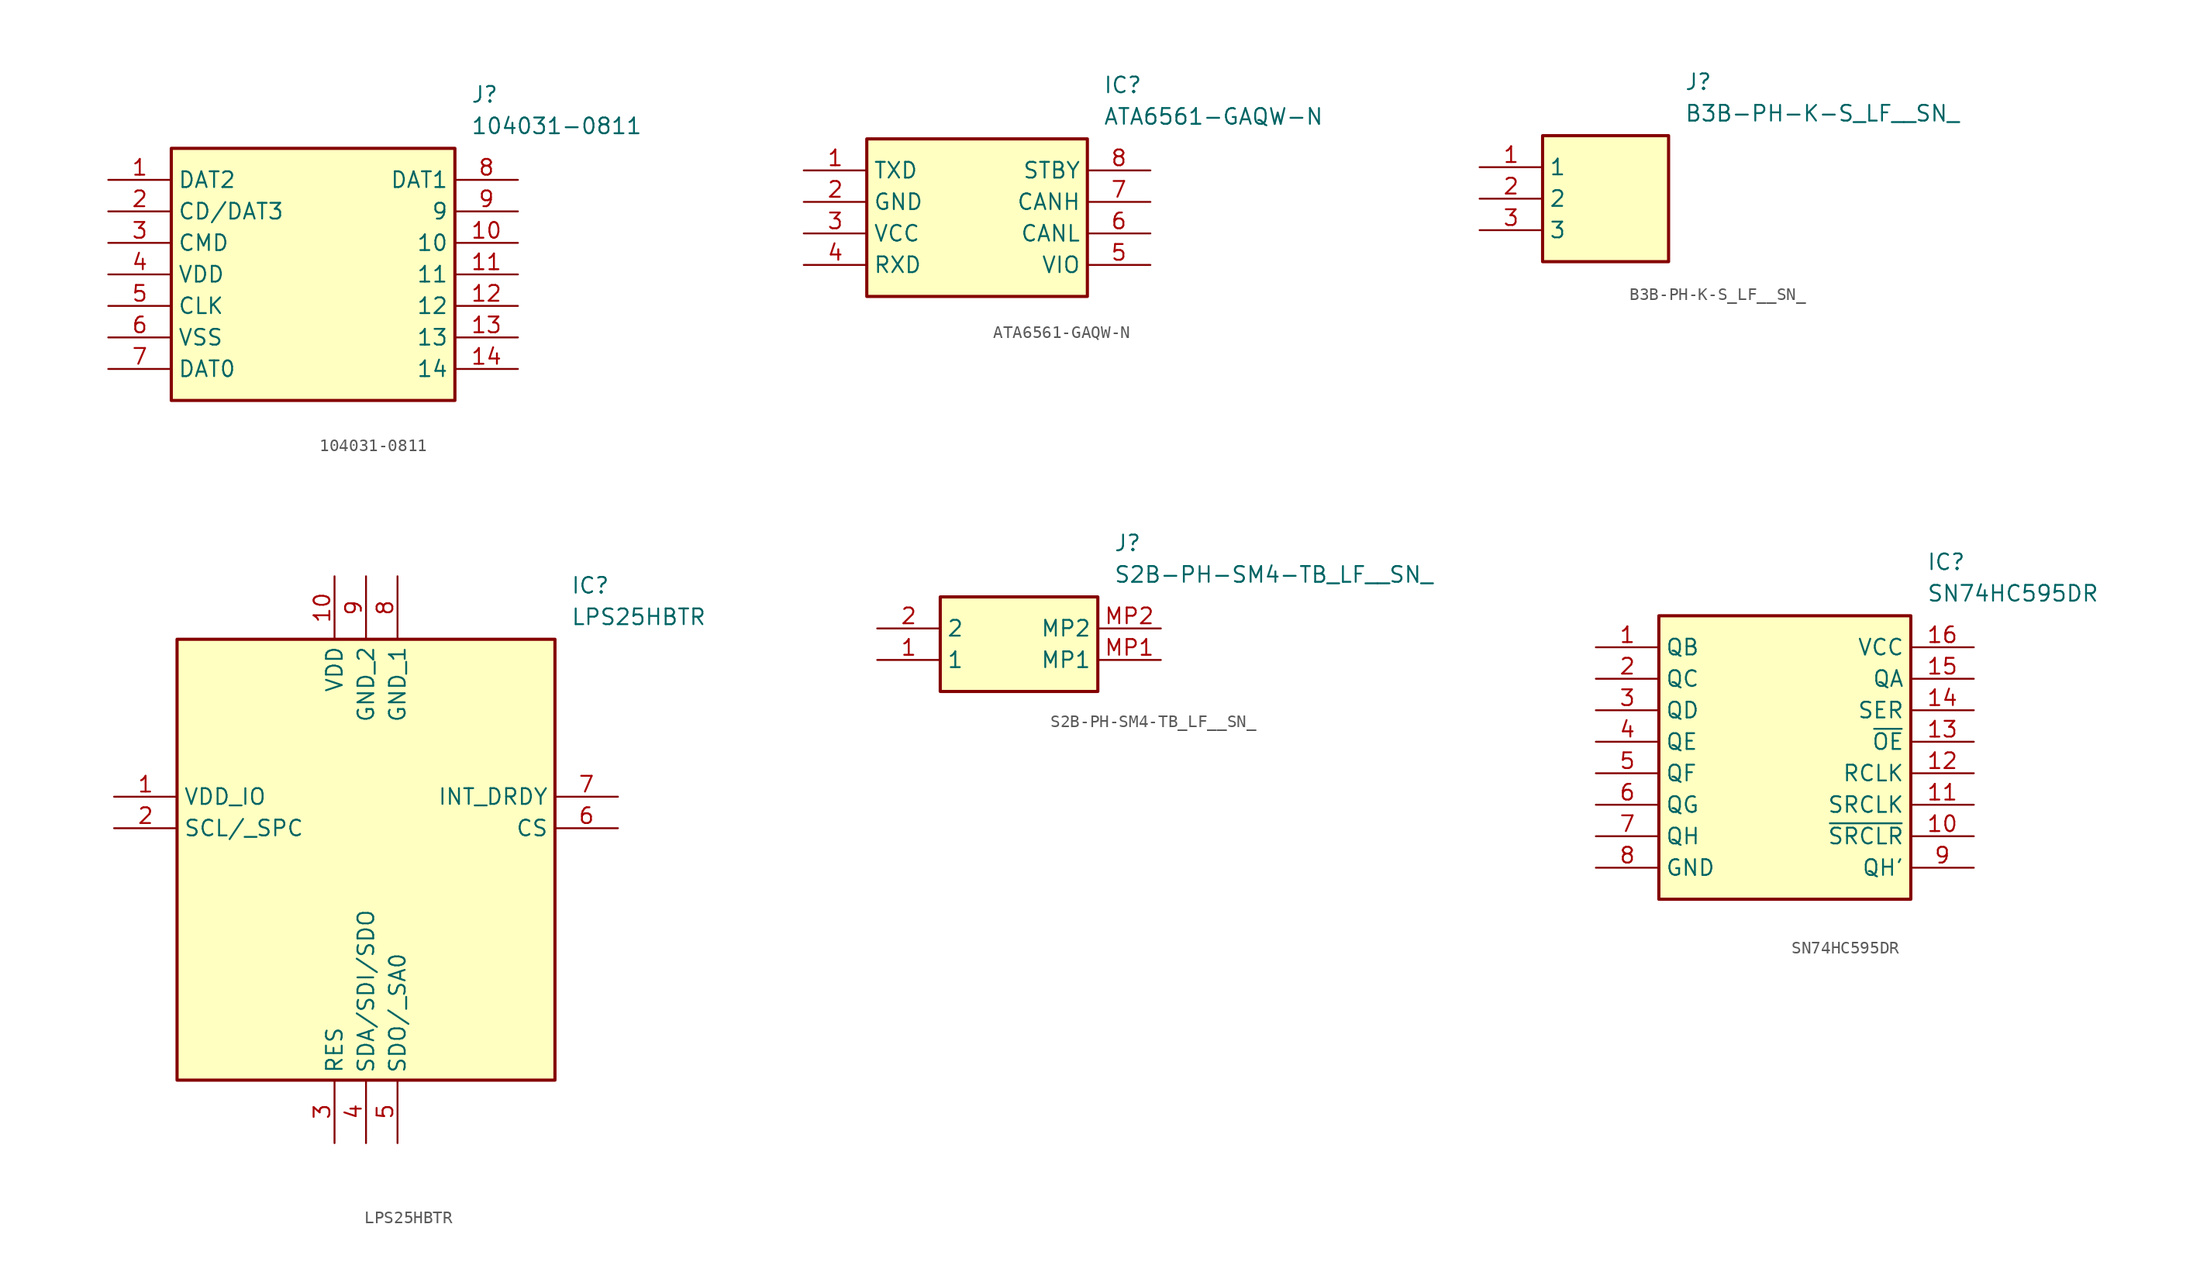
<source format=kicad_sym>
(kicad_symbol_lib
  (version 20231120)
  (generator "kicad_symbol_editor")
  (generator_version "8.0")
  (symbol "104031-0811"
    (property "Reference" "J"
      (at 29.21 7.62 0)
      (effects (font (size 1.27 1.27)) (justify left top)))
    (property "Value" "104031-0811"
      (at 29.21 5.08 0)
      (effects (font (size 1.27 1.27)) (justify left top)))
    (symbol "104031-0811_1_1"
      (rectangle (start 5.08 2.54) (end 27.94 -17.78) (stroke (width 0.254) (type default)) (fill (type background)))
      (pin passive line (at 0 0 0) (length 5.08) (name "DAT2" (effects (font (size 1.27 1.27)))) (number "1" (effects (font (size 1.27 1.27)))))
      (pin passive line (at 33.02 -5.08 180) (length 5.08) (name "10" (effects (font (size 1.27 1.27)))) (number "10" (effects (font (size 1.27 1.27)))))
      (pin passive line (at 33.02 -7.62 180) (length 5.08) (name "11" (effects (font (size 1.27 1.27)))) (number "11" (effects (font (size 1.27 1.27)))))
      (pin passive line (at 33.02 -10.16 180) (length 5.08) (name "12" (effects (font (size 1.27 1.27)))) (number "12" (effects (font (size 1.27 1.27)))))
      (pin passive line (at 33.02 -12.7 180) (length 5.08) (name "13" (effects (font (size 1.27 1.27)))) (number "13" (effects (font (size 1.27 1.27)))))
      (pin passive line (at 33.02 -15.24 180) (length 5.08) (name "14" (effects (font (size 1.27 1.27)))) (number "14" (effects (font (size 1.27 1.27)))))
      (pin passive line (at 0 -2.54 0) (length 5.08) (name "CD/DAT3" (effects (font (size 1.27 1.27)))) (number "2" (effects (font (size 1.27 1.27)))))
      (pin passive line (at 0 -5.08 0) (length 5.08) (name "CMD" (effects (font (size 1.27 1.27)))) (number "3" (effects (font (size 1.27 1.27)))))
      (pin passive line (at 0 -7.62 0) (length 5.08) (name "VDD" (effects (font (size 1.27 1.27)))) (number "4" (effects (font (size 1.27 1.27)))))
      (pin passive line (at 0 -10.16 0) (length 5.08) (name "CLK" (effects (font (size 1.27 1.27)))) (number "5" (effects (font (size 1.27 1.27)))))
      (pin passive line (at 0 -12.7 0) (length 5.08) (name "VSS" (effects (font (size 1.27 1.27)))) (number "6" (effects (font (size 1.27 1.27)))))
      (pin passive line (at 0 -15.24 0) (length 5.08) (name "DAT0" (effects (font (size 1.27 1.27)))) (number "7" (effects (font (size 1.27 1.27)))))
      (pin passive line (at 33.02 0 180) (length 5.08) (name "DAT1" (effects (font (size 1.27 1.27)))) (number "8" (effects (font (size 1.27 1.27)))))
      (pin passive line (at 33.02 -2.54 180) (length 5.08) (name "9" (effects (font (size 1.27 1.27)))) (number "9" (effects (font (size 1.27 1.27)))))))
  (symbol "ATA6561-GAQW-N"
    (property "Reference" "IC"
      (at 24.13 7.62 0)
      (effects (font (size 1.27 1.27)) (justify left top)))
    (property "Value" "ATA6561-GAQW-N"
      (at 24.13 5.08 0)
      (effects (font (size 1.27 1.27)) (justify left top)))
    (symbol "ATA6561-GAQW-N_1_1"
      (rectangle (start 5.08 2.54) (end 22.86 -10.16) (stroke (width 0.254) (type default)) (fill (type background)))
      (pin passive line (at 0 0 0) (length 5.08) (name "TXD" (effects (font (size 1.27 1.27)))) (number "1" (effects (font (size 1.27 1.27)))))
      (pin passive line (at 0 -2.54 0) (length 5.08) (name "GND" (effects (font (size 1.27 1.27)))) (number "2" (effects (font (size 1.27 1.27)))))
      (pin passive line (at 0 -5.08 0) (length 5.08) (name "VCC" (effects (font (size 1.27 1.27)))) (number "3" (effects (font (size 1.27 1.27)))))
      (pin passive line (at 0 -7.62 0) (length 5.08) (name "RXD" (effects (font (size 1.27 1.27)))) (number "4" (effects (font (size 1.27 1.27)))))
      (pin passive line (at 27.94 -7.62 180) (length 5.08) (name "VIO" (effects (font (size 1.27 1.27)))) (number "5" (effects (font (size 1.27 1.27)))))
      (pin passive line (at 27.94 -5.08 180) (length 5.08) (name "CANL" (effects (font (size 1.27 1.27)))) (number "6" (effects (font (size 1.27 1.27)))))
      (pin passive line (at 27.94 -2.54 180) (length 5.08) (name "CANH" (effects (font (size 1.27 1.27)))) (number "7" (effects (font (size 1.27 1.27)))))
      (pin passive line (at 27.94 0 180) (length 5.08) (name "STBY" (effects (font (size 1.27 1.27)))) (number "8" (effects (font (size 1.27 1.27)))))))
  (symbol "B3B-PH-K-S_LF__SN_"
    (property "Reference" "J"
      (at 16.51 7.62 0)
      (effects (font (size 1.27 1.27)) (justify left top)))
    (property "Value" "B3B-PH-K-S_LF__SN_"
      (at 16.51 5.08 0)
      (effects (font (size 1.27 1.27)) (justify left top)))
    (symbol "B3B-PH-K-S_LF__SN__1_1"
      (rectangle (start 5.08 2.54) (end 15.24 -7.62) (stroke (width 0.254) (type default)) (fill (type background)))
      (pin passive line (at 0 0 0) (length 5.08) (name "1" (effects (font (size 1.27 1.27)))) (number "1" (effects (font (size 1.27 1.27)))))
      (pin passive line (at 0 -2.54 0) (length 5.08) (name "2" (effects (font (size 1.27 1.27)))) (number "2" (effects (font (size 1.27 1.27)))))
      (pin passive line (at 0 -5.08 0) (length 5.08) (name "3" (effects (font (size 1.27 1.27)))) (number "3" (effects (font (size 1.27 1.27)))))))
  (symbol "LPS25HBTR"
    (property "Reference" "IC"
      (at 36.83 17.78 0)
      (effects (font (size 1.27 1.27)) (justify left top)))
    (property "Value" "LPS25HBTR"
      (at 36.83 15.24 0)
      (effects (font (size 1.27 1.27)) (justify left top)))
    (symbol "LPS25HBTR_1_1"
      (rectangle (start 5.08 12.7) (end 35.56 -22.86) (stroke (width 0.254) (type default)) (fill (type background)))
      (pin passive line (at 0 0 0) (length 5.08) (name "VDD_IO" (effects (font (size 1.27 1.27)))) (number "1" (effects (font (size 1.27 1.27)))))
      (pin passive line (at 17.78 17.78 270) (length 5.08) (name "VDD" (effects (font (size 1.27 1.27)))) (number "10" (effects (font (size 1.27 1.27)))))
      (pin passive line (at 0 -2.54 0) (length 5.08) (name "SCL/_SPC" (effects (font (size 1.27 1.27)))) (number "2" (effects (font (size 1.27 1.27)))))
      (pin passive line (at 17.78 -27.94 90) (length 5.08) (name "RES" (effects (font (size 1.27 1.27)))) (number "3" (effects (font (size 1.27 1.27)))))
      (pin passive line (at 20.32 -27.94 90) (length 5.08) (name "SDA/SDI/SDO" (effects (font (size 1.27 1.27)))) (number "4" (effects (font (size 1.27 1.27)))))
      (pin passive line (at 22.86 -27.94 90) (length 5.08) (name "SDO/_SA0" (effects (font (size 1.27 1.27)))) (number "5" (effects (font (size 1.27 1.27)))))
      (pin passive line (at 40.64 -2.54 180) (length 5.08) (name "CS" (effects (font (size 1.27 1.27)))) (number "6" (effects (font (size 1.27 1.27)))))
      (pin passive line (at 40.64 0 180) (length 5.08) (name "INT_DRDY" (effects (font (size 1.27 1.27)))) (number "7" (effects (font (size 1.27 1.27)))))
      (pin passive line (at 22.86 17.78 270) (length 5.08) (name "GND_1" (effects (font (size 1.27 1.27)))) (number "8" (effects (font (size 1.27 1.27)))))
      (pin passive line (at 20.32 17.78 270) (length 5.08) (name "GND_2" (effects (font (size 1.27 1.27)))) (number "9" (effects (font (size 1.27 1.27)))))))
  (symbol "S2B-PH-SM4-TB_LF__SN_"
    (property "Reference" "J"
      (at 19.05 7.62 0)
      (effects (font (size 1.27 1.27)) (justify left top)))
    (property "Value" "S2B-PH-SM4-TB_LF__SN_"
      (at 19.05 5.08 0)
      (effects (font (size 1.27 1.27)) (justify left top)))
    (symbol "S2B-PH-SM4-TB_LF__SN__1_1"
      (rectangle (start 5.08 2.54) (end 17.78 -5.08) (stroke (width 0.254) (type default)) (fill (type background)))
      (pin passive line (at 0 -2.54 0) (length 5.08) (name "1" (effects (font (size 1.27 1.27)))) (number "1" (effects (font (size 1.27 1.27)))))
      (pin passive line (at 0 0 0) (length 5.08) (name "2" (effects (font (size 1.27 1.27)))) (number "2" (effects (font (size 1.27 1.27)))))
      (pin passive line (at 22.86 -2.54 180) (length 5.08) (name "MP1" (effects (font (size 1.27 1.27)))) (number "MP1" (effects (font (size 1.27 1.27)))))
      (pin passive line (at 22.86 0 180) (length 5.08) (name "MP2" (effects (font (size 1.27 1.27)))) (number "MP2" (effects (font (size 1.27 1.27)))))))
  (symbol "SN74HC595DR"
    (property "Reference" "IC"
      (at 26.67 7.62 0)
      (effects (font (size 1.27 1.27)) (justify left top)))
    (property "Value" "SN74HC595DR"
      (at 26.67 5.08 0)
      (effects (font (size 1.27 1.27)) (justify left top)))
    (symbol "SN74HC595DR_1_1"
      (rectangle (start 5.08 2.54) (end 25.4 -20.32) (stroke (width 0.254) (type default)) (fill (type background)))
      (pin passive line (at 0 0 0) (length 5.08) (name "QB" (effects (font (size 1.27 1.27)))) (number "1" (effects (font (size 1.27 1.27)))))
      (pin passive line (at 30.48 -15.24 180) (length 5.08) (name "~{SRCLR}" (effects (font (size 1.27 1.27)))) (number "10" (effects (font (size 1.27 1.27)))))
      (pin passive line (at 30.48 -12.7 180) (length 5.08) (name "SRCLK" (effects (font (size 1.27 1.27)))) (number "11" (effects (font (size 1.27 1.27)))))
      (pin passive line (at 30.48 -10.16 180) (length 5.08) (name "RCLK" (effects (font (size 1.27 1.27)))) (number "12" (effects (font (size 1.27 1.27)))))
      (pin passive line (at 30.48 -7.62 180) (length 5.08) (name "~{OE}" (effects (font (size 1.27 1.27)))) (number "13" (effects (font (size 1.27 1.27)))))
      (pin passive line (at 30.48 -5.08 180) (length 5.08) (name "SER" (effects (font (size 1.27 1.27)))) (number "14" (effects (font (size 1.27 1.27)))))
      (pin passive line (at 30.48 -2.54 180) (length 5.08) (name "QA" (effects (font (size 1.27 1.27)))) (number "15" (effects (font (size 1.27 1.27)))))
      (pin passive line (at 30.48 0 180) (length 5.08) (name "VCC" (effects (font (size 1.27 1.27)))) (number "16" (effects (font (size 1.27 1.27)))))
      (pin passive line (at 0 -2.54 0) (length 5.08) (name "QC" (effects (font (size 1.27 1.27)))) (number "2" (effects (font (size 1.27 1.27)))))
      (pin passive line (at 0 -5.08 0) (length 5.08) (name "QD" (effects (font (size 1.27 1.27)))) (number "3" (effects (font (size 1.27 1.27)))))
      (pin passive line (at 0 -7.62 0) (length 5.08) (name "QE" (effects (font (size 1.27 1.27)))) (number "4" (effects (font (size 1.27 1.27)))))
      (pin passive line (at 0 -10.16 0) (length 5.08) (name "QF" (effects (font (size 1.27 1.27)))) (number "5" (effects (font (size 1.27 1.27)))))
      (pin passive line (at 0 -12.7 0) (length 5.08) (name "QG" (effects (font (size 1.27 1.27)))) (number "6" (effects (font (size 1.27 1.27)))))
      (pin passive line (at 0 -15.24 0) (length 5.08) (name "QH" (effects (font (size 1.27 1.27)))) (number "7" (effects (font (size 1.27 1.27)))))
      (pin passive line (at 0 -17.78 0) (length 5.08) (name "GND" (effects (font (size 1.27 1.27)))) (number "8" (effects (font (size 1.27 1.27)))))
      (pin passive line (at 30.48 -17.78 180) (length 5.08) (name "QH'" (effects (font (size 1.27 1.27)))) (number "9" (effects (font (size 1.27 1.27))))))))
</source>
